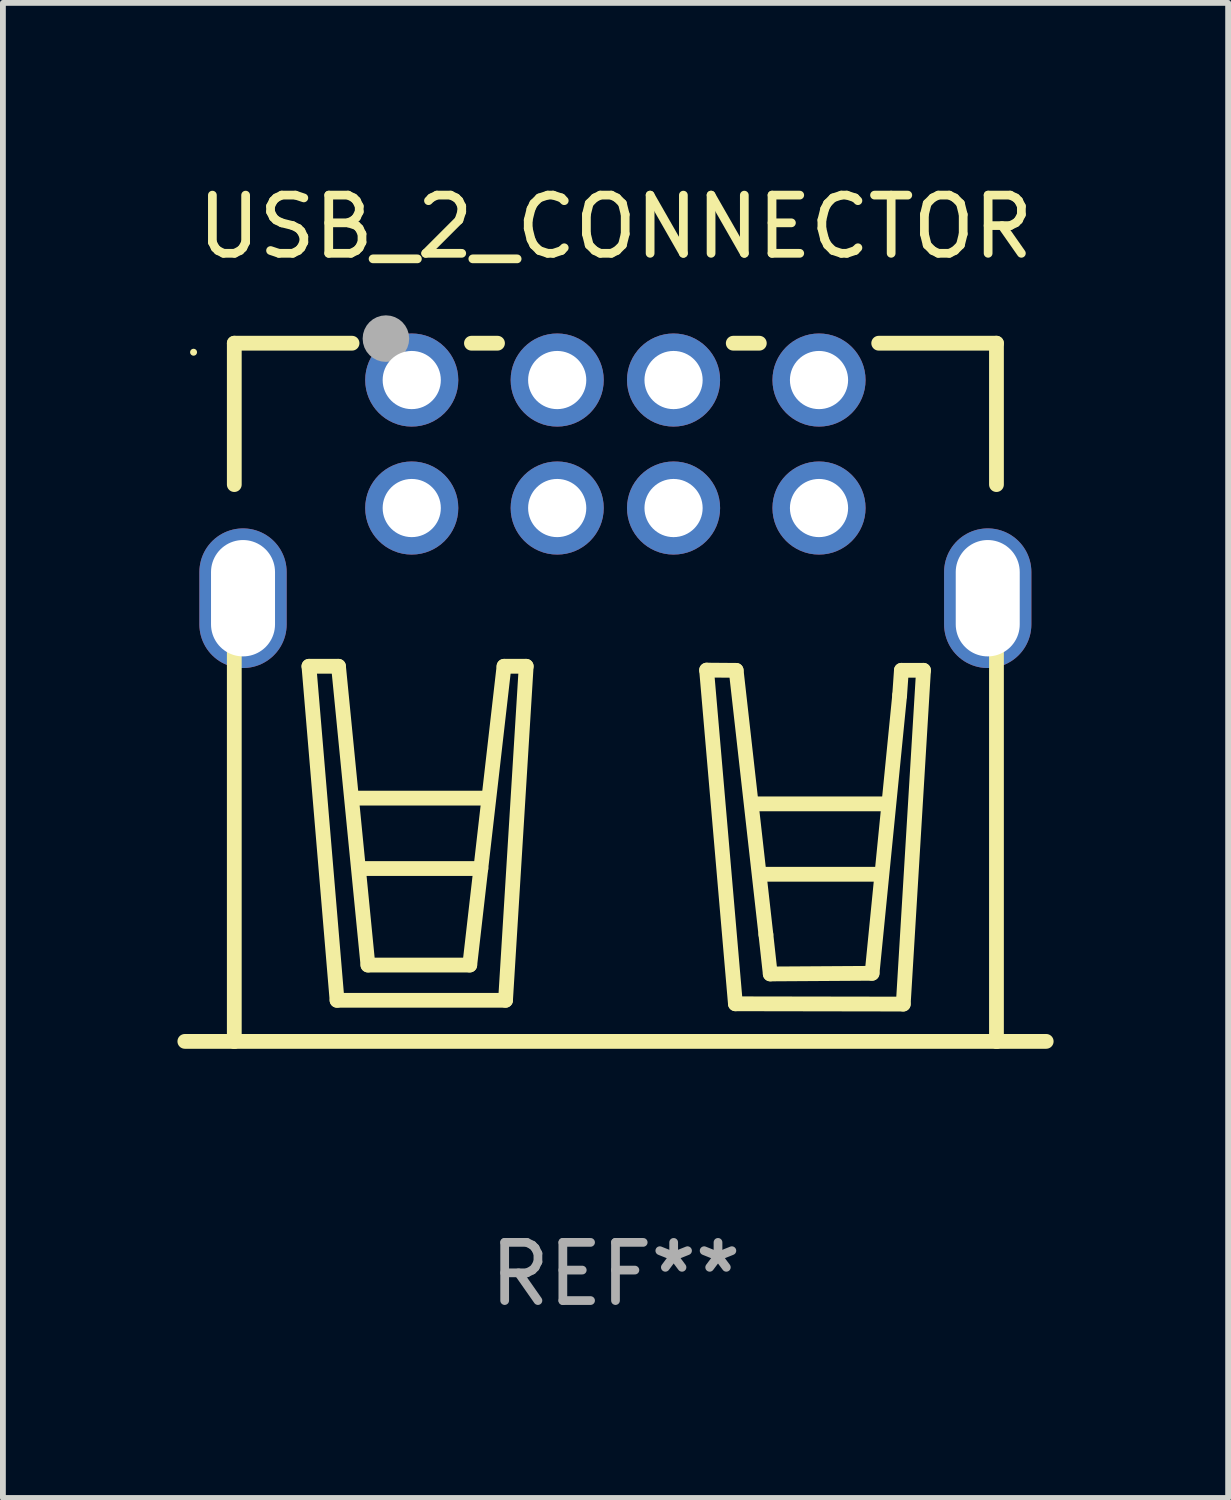
<source format=kicad_pcb>
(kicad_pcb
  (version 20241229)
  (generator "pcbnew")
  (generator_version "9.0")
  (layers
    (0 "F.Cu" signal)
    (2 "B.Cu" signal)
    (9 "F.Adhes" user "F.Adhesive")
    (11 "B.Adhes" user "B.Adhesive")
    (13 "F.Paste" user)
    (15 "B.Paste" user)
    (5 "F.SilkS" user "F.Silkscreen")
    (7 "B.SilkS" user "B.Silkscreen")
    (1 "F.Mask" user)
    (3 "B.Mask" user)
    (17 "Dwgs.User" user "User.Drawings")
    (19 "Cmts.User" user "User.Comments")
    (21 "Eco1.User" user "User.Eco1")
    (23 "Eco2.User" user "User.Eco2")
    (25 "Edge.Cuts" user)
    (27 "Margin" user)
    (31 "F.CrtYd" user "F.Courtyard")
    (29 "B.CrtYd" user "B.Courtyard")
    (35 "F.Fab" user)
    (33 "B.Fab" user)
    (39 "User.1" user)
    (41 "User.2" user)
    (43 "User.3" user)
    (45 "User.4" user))
  (footprint "USB_2_CONNECTOR"
    (layer "F.Cu")
    (at 7.527 5.357)
    (property "Reference" "USB_2_CONNECTOR" (at 0.002 -4.508 0) (layer "F.SilkS") (effects (font (size 1 1) (thickness 0.15))))
    (attr through_hole)
    (fp_line (start -6.55 -2.508) (end -6.55 -0.078) (stroke (width 0.254) (type solid)) (layer "F.SilkS"))
    (fp_line (start -6.55 -2.508) (end -4.526 -2.508) (stroke (width 0.254) (type solid)) (layer "F.SilkS"))
    (fp_line (start -6.55 2.761) (end -6.55 9.492) (stroke (width 0.254) (type solid)) (layer "F.SilkS"))
    (fp_line (start -6.55 9.492) (end -7.4 9.492) (stroke (width 0.254) (type solid)) (layer "F.SilkS"))
    (fp_line (start -6.55 9.492) (end 6.555 9.492) (stroke (width 0.254) (type solid)) (layer "F.SilkS"))
    (fp_line (start -5.267 3.045) (end -4.759 3.045) (stroke (width 0.254) (type solid)) (layer "F.SilkS"))
    (fp_line (start -4.784 8.786) (end -5.267 3.045) (stroke (width 0.254) (type solid)) (layer "F.SilkS"))
    (fp_line (start -4.759 3.045) (end -4.253 8.18) (stroke (width 0.254) (type solid)) (layer "F.SilkS"))
    (fp_line (start -4.481 5.311) (end -2.221 5.311) (stroke (width 0.254) (type solid)) (layer "F.SilkS"))
    (fp_line (start -4.341 6.521) (end -2.311 6.521) (stroke (width 0.254) (type solid)) (layer "F.SilkS"))
    (fp_line (start -4.253 8.18) (end -2.503 8.18) (stroke (width 0.254) (type solid)) (layer "F.SilkS"))
    (fp_line (start -2.503 8.18) (end -1.914 3.045) (stroke (width 0.254) (type solid)) (layer "F.SilkS"))
    (fp_line (start -2.474 -2.508) (end -2.026 -2.508) (stroke (width 0.254) (type solid)) (layer "F.SilkS"))
    (fp_line (start -1.914 3.045) (end -1.533 3.045) (stroke (width 0.254) (type solid)) (layer "F.SilkS"))
    (fp_line (start -1.888 8.786) (end -4.784 8.786) (stroke (width 0.254) (type solid)) (layer "F.SilkS"))
    (fp_line (start -1.533 3.045) (end -1.888 8.786) (stroke (width 0.254) (type solid)) (layer "F.SilkS"))
    (fp_line (start 1.568 3.111) (end 2.076 3.115) (stroke (width 0.254) (type solid)) (layer "F.SilkS"))
    (fp_line (start 2.026 -2.508) (end 2.474 -2.508) (stroke (width 0.254) (type solid)) (layer "F.SilkS"))
    (fp_line (start 2.063 8.846) (end 1.568 3.111) (stroke (width 0.254) (type solid)) (layer "F.SilkS"))
    (fp_line (start 2.076 3.115) (end 2.587 7.655) (stroke (width 0.254) (type solid)) (layer "F.SilkS"))
    (fp_line (start 2.4 5.41) (end 4.66 5.41) (stroke (width 0.254) (type solid)) (layer "F.SilkS"))
    (fp_line (start 2.54 6.62) (end 4.57 6.62) (stroke (width 0.254) (type solid)) (layer "F.SilkS"))
    (fp_line (start 2.587 7.655) (end 2.662 8.333) (stroke (width 0.254) (type solid)) (layer "F.SilkS"))
    (fp_line (start 2.662 8.333) (end 4.412 8.322) (stroke (width 0.254) (type solid)) (layer "F.SilkS"))
    (fp_line (start 4.412 8.322) (end 4.886 3.544) (stroke (width 0.254) (type solid)) (layer "F.SilkS"))
    (fp_line (start 4.526 -2.508) (end 6.55 -2.508) (stroke (width 0.254) (type solid)) (layer "F.SilkS"))
    (fp_line (start 4.886 3.544) (end 4.916 3.114) (stroke (width 0.254) (type solid)) (layer "F.SilkS"))
    (fp_line (start 4.916 3.114) (end 5.296 3.114) (stroke (width 0.254) (type solid)) (layer "F.SilkS"))
    (fp_line (start 4.948 8.851) (end 2.063 8.846) (stroke (width 0.254) (type solid)) (layer "F.SilkS"))
    (fp_line (start 5.296 3.114) (end 4.948 8.851) (stroke (width 0.254) (type solid)) (layer "F.SilkS"))
    (fp_line (start 6.55 -2.508) (end 6.55 -0.078) (stroke (width 0.254) (type solid)) (layer "F.SilkS"))
    (fp_line (start 6.55 2.761) (end 6.55 9.492) (stroke (width 0.254) (type solid)) (layer "F.SilkS"))
    (fp_line (start 6.555 9.492) (end 7.405 9.492) (stroke (width 0.254) (type solid)) (layer "F.SilkS"))
    (fp_circle (center -7.25 -2.353) (end -7.22 -2.353) (stroke (width 0.06) (type solid)) (fill no) (layer "F.SilkS"))
    (fp_circle (center -3.944 -2.587) (end -3.744 -2.587) (stroke (width 0.4) (type solid)) (fill no) (layer "F.Fab"))
    (fp_text user "REF**" (at 0.002 13.492 0) (layer "F.Fab") (effects (font (size 1 1) (thickness 0.15))))
    (pad "1" thru_hole circle (at -3.5 -1.875) (size 1.6 1.6) (drill 1) (layers "*.Cu" "*.Mask"))
    (pad "2" thru_hole circle (at -1 -1.875) (size 1.6 1.6) (drill 1) (layers "*.Cu" "*.Mask"))
    (pad "3" thru_hole circle (at 1 -1.875) (size 1.6 1.6) (drill 1) (layers "*.Cu" "*.Mask"))
    (pad "4" thru_hole circle (at 3.5 -1.875) (size 1.6 1.6) (drill 1) (layers "*.Cu" "*.Mask"))
    (pad "5" thru_hole circle (at -3.5 0.325) (size 1.6 1.6) (drill 1) (layers "*.Cu" "*.Mask"))
    (pad "6" thru_hole circle (at -1 0.325) (size 1.6 1.6) (drill 1) (layers "*.Cu" "*.Mask"))
    (pad "7" thru_hole circle (at 1 0.325) (size 1.6 1.6) (drill 1) (layers "*.Cu" "*.Mask"))
    (pad "8" thru_hole circle (at 3.5 0.325) (size 1.6 1.6) (drill 1) (layers "*.Cu" "*.Mask"))
    (pad "9" thru_hole oval (at 6.4 1.875) (size 1.5 2.4) (drill oval 1.1 2) (layers "*.Cu" "*.Mask"))
    (pad "10" thru_hole oval (at -6.4 1.875) (size 1.5 2.4) (drill oval 1.1 2) (layers "*.Cu" "*.Mask")))
  (gr_rect
    (start -3 -3)
    (end 18.059 22.697)
    (stroke (width 0.1) (type default))
    (fill no)
    (layer "Edge.Cuts")))
</source>
